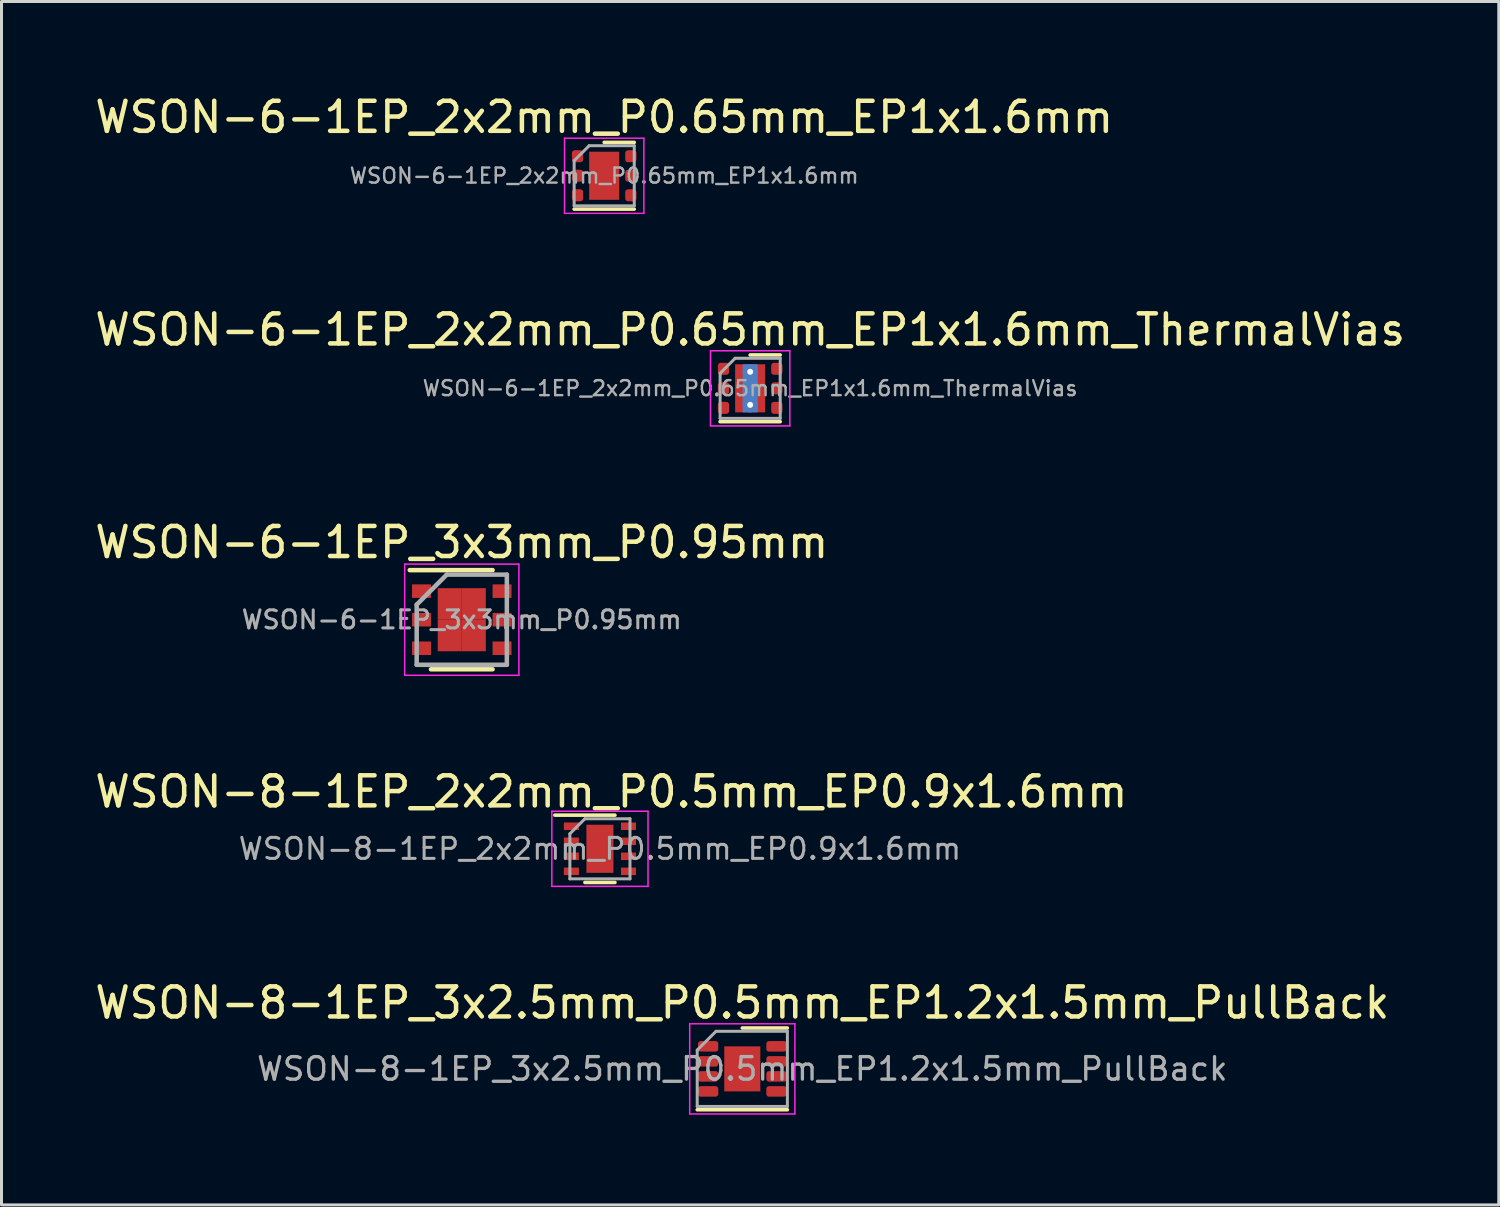
<source format=kicad_pcb>
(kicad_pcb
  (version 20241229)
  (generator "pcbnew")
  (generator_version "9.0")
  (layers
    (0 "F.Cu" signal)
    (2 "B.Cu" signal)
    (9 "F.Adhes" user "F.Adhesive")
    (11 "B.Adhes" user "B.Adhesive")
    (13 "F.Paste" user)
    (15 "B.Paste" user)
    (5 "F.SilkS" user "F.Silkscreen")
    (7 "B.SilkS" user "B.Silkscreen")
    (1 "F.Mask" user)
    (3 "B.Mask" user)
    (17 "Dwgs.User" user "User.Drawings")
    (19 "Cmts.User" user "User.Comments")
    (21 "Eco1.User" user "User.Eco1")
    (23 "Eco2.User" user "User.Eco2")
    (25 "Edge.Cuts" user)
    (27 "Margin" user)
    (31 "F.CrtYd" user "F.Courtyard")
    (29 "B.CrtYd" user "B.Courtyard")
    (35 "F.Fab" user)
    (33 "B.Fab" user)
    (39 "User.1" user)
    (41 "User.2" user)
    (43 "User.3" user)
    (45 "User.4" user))
  (footprint "WSON-8-1EP_2x2mm_P0.5mm_EP0.9x1.6mm"
    (layer "F.Cu")
    (at 16.912 25.193)
    (property "Reference" "WSON-8-1EP_2x2mm_P0.5mm_EP0.9x1.6mm" (at 0.38 -1.9 0) (layer "F.SilkS") (effects (font (size 1 1) (thickness 0.15))))
    (attr smd)
    (fp_line (start -1.5 -1.12) (end 0.5 -1.12) (stroke (width 0.12) (type solid)) (layer "F.SilkS"))
    (fp_line (start 0.5 1.12) (end -0.5 1.12) (stroke (width 0.12) (type solid)) (layer "F.SilkS"))
    (fp_line (start -1.6 -1.25) (end -1.6 1.25) (stroke (width 0.05) (type solid)) (layer "F.CrtYd"))
    (fp_line (start -1.6 -1.25) (end 1.6 -1.25) (stroke (width 0.05) (type solid)) (layer "F.CrtYd"))
    (fp_line (start -1.6 1.25) (end 1.6 1.25) (stroke (width 0.05) (type solid)) (layer "F.CrtYd"))
    (fp_line (start 1.6 -1.25) (end 1.6 1.25) (stroke (width 0.05) (type solid)) (layer "F.CrtYd"))
    (fp_line (start -1 1) (end -1 -0.5) (stroke (width 0.1) (type solid)) (layer "F.Fab"))
    (fp_line (start -0.5 -1) (end -1 -0.5) (stroke (width 0.1) (type solid)) (layer "F.Fab"))
    (fp_line (start -0.5 -1) (end 1 -1) (stroke (width 0.1) (type solid)) (layer "F.Fab"))
    (fp_line (start 1 -1) (end 1 1) (stroke (width 0.1) (type solid)) (layer "F.Fab"))
    (fp_line (start 1 1) (end -1 1) (stroke (width 0.1) (type solid)) (layer "F.Fab"))
    (fp_text user "${REFERENCE}" (at 0 0 0) (layer "F.Fab") (effects (font (size 0.7 0.7) (thickness 0.1))))
    (pad "" smd rect (at 0 -0.4) (size 0.75 0.65) (layers "F.Paste"))
    (pad "" smd rect (at 0 0.4) (size 0.75 0.65) (layers "F.Paste"))
    (pad "1" smd rect (at -0.95 -0.75) (size 0.5 0.25) (layers "F.Cu" "F.Mask" "F.Paste"))
    (pad "2" smd rect (at -0.95 -0.25) (size 0.5 0.25) (layers "F.Cu" "F.Mask" "F.Paste"))
    (pad "3" smd rect (at -0.95 0.25) (size 0.5 0.25) (layers "F.Cu" "F.Mask" "F.Paste"))
    (pad "4" smd rect (at -0.95 0.75) (size 0.5 0.25) (layers "F.Cu" "F.Mask" "F.Paste"))
    (pad "5" smd rect (at 0.95 0.75) (size 0.5 0.25) (layers "F.Cu" "F.Mask" "F.Paste"))
    (pad "6" smd rect (at 0.95 0.25) (size 0.5 0.25) (layers "F.Cu" "F.Mask" "F.Paste"))
    (pad "7" smd rect (at 0.95 -0.25) (size 0.5 0.25) (layers "F.Cu" "F.Mask" "F.Paste"))
    (pad "8" smd rect (at 0.95 -0.75) (size 0.5 0.25) (layers "F.Cu" "F.Mask" "F.Paste"))
    (pad "9" smd rect (at 0 0) (size 0.9 1.6) (layers "F.Cu" "F.Mask")))
  (footprint "WSON-8-1EP_3x2.5mm_P0.5mm_EP1.2x1.5mm_PullBack"
    (layer "F.Cu")
    (at 21.649 32.516)
    (property "Reference" "WSON-8-1EP_3x2.5mm_P0.5mm_EP1.2x1.5mm_PullBack" (at 0 -2.2 0) (layer "F.SilkS") (effects (font (size 1 1) (thickness 0.15))))
    (attr smd)
    (fp_line (start -1.5 1.36) (end 1.5 1.36) (stroke (width 0.12) (type solid)) (layer "F.SilkS"))
    (fp_line (start 0 -1.36) (end 1.5 -1.36) (stroke (width 0.12) (type solid)) (layer "F.SilkS"))
    (fp_line (start -1.75 -1.5) (end -1.75 1.5) (stroke (width 0.05) (type solid)) (layer "F.CrtYd"))
    (fp_line (start -1.75 1.5) (end 1.75 1.5) (stroke (width 0.05) (type solid)) (layer "F.CrtYd"))
    (fp_line (start 1.75 -1.5) (end -1.75 -1.5) (stroke (width 0.05) (type solid)) (layer "F.CrtYd"))
    (fp_line (start 1.75 1.5) (end 1.75 -1.5) (stroke (width 0.05) (type solid)) (layer "F.CrtYd"))
    (fp_line (start -1.5 -0.625) (end -0.875 -1.25) (stroke (width 0.1) (type solid)) (layer "F.Fab"))
    (fp_line (start -1.5 1.25) (end -1.5 -0.625) (stroke (width 0.1) (type solid)) (layer "F.Fab"))
    (fp_line (start -0.875 -1.25) (end 1.5 -1.25) (stroke (width 0.1) (type solid)) (layer "F.Fab"))
    (fp_line (start 1.5 -1.25) (end 1.5 1.25) (stroke (width 0.1) (type solid)) (layer "F.Fab"))
    (fp_line (start 1.5 1.25) (end -1.5 1.25) (stroke (width 0.1) (type solid)) (layer "F.Fab"))
    (fp_text user "${REFERENCE}" (at 0 0 0) (layer "F.Fab") (effects (font (size 0.75 0.75) (thickness 0.11))))
    (pad "" smd roundrect (at -0.3 -0.375) (size 0.48 0.6) (layers "F.Paste") (roundrect_rratio 0.25))
    (pad "" smd roundrect (at -0.3 0.375) (size 0.48 0.6) (layers "F.Paste") (roundrect_rratio 0.25))
    (pad "" smd roundrect (at 0.3 -0.375) (size 0.48 0.6) (layers "F.Paste") (roundrect_rratio 0.25))
    (pad "" smd roundrect (at 0.3 0.375) (size 0.48 0.6) (layers "F.Paste") (roundrect_rratio 0.25))
    (pad "1" smd roundrect (at -1.137 -0.75) (size 0.675 0.35) (layers "F.Cu" "F.Mask" "F.Paste") (roundrect_rratio 0.25))
    (pad "2" smd roundrect (at -1.137 -0.25) (size 0.675 0.35) (layers "F.Cu" "F.Mask" "F.Paste") (roundrect_rratio 0.25))
    (pad "3" smd roundrect (at -1.137 0.25) (size 0.675 0.35) (layers "F.Cu" "F.Mask" "F.Paste") (roundrect_rratio 0.25))
    (pad "4" smd roundrect (at -1.137 0.75) (size 0.675 0.35) (layers "F.Cu" "F.Mask" "F.Paste") (roundrect_rratio 0.25))
    (pad "5" smd roundrect (at 1.137 0.75) (size 0.675 0.35) (layers "F.Cu" "F.Mask" "F.Paste") (roundrect_rratio 0.25))
    (pad "6" smd roundrect (at 1.137 0.25) (size 0.675 0.35) (layers "F.Cu" "F.Mask" "F.Paste") (roundrect_rratio 0.25))
    (pad "7" smd roundrect (at 1.137 -0.25) (size 0.675 0.35) (layers "F.Cu" "F.Mask" "F.Paste") (roundrect_rratio 0.25))
    (pad "8" smd roundrect (at 1.137 -0.75) (size 0.675 0.35) (layers "F.Cu" "F.Mask" "F.Paste") (roundrect_rratio 0.25))
    (pad "9" smd rect (at 0 0) (size 1.2 1.5) (layers "F.Cu" "F.Mask")))
  (footprint "WSON-6-1EP_2x2mm_P0.65mm_EP1x1.6mm"
    (layer "F.Cu")
    (at 17.054 2.798)
    (property "Reference" "WSON-6-1EP_2x2mm_P0.65mm_EP1x1.6mm" (at 0 -1.95 0) (layer "F.SilkS") (effects (font (size 1 1) (thickness 0.15))))
    (attr smd)
    (fp_line (start -1 1.11) (end 1 1.11) (stroke (width 0.12) (type solid)) (layer "F.SilkS"))
    (fp_line (start 0 -1.11) (end 1 -1.11) (stroke (width 0.12) (type solid)) (layer "F.SilkS"))
    (fp_line (start -1.32 -1.25) (end -1.32 1.25) (stroke (width 0.05) (type solid)) (layer "F.CrtYd"))
    (fp_line (start -1.32 1.25) (end 1.32 1.25) (stroke (width 0.05) (type solid)) (layer "F.CrtYd"))
    (fp_line (start 1.32 -1.25) (end -1.32 -1.25) (stroke (width 0.05) (type solid)) (layer "F.CrtYd"))
    (fp_line (start 1.32 1.25) (end 1.32 -1.25) (stroke (width 0.05) (type solid)) (layer "F.CrtYd"))
    (fp_line (start -1 -0.5) (end -0.5 -1) (stroke (width 0.1) (type solid)) (layer "F.Fab"))
    (fp_line (start -1 1) (end -1 -0.5) (stroke (width 0.1) (type solid)) (layer "F.Fab"))
    (fp_line (start -0.5 -1) (end 1 -1) (stroke (width 0.1) (type solid)) (layer "F.Fab"))
    (fp_line (start 1 -1) (end 1 1) (stroke (width 0.1) (type solid)) (layer "F.Fab"))
    (fp_line (start 1 1) (end -1 1) (stroke (width 0.1) (type solid)) (layer "F.Fab"))
    (fp_text user "${REFERENCE}" (at 0 0 0) (layer "F.Fab") (effects (font (size 0.5 0.5) (thickness 0.08))))
    (pad "" smd roundrect (at 0 -0.4) (size 0.81 0.64) (layers "F.Paste") (roundrect_rratio 0.25))
    (pad "" smd roundrect (at 0 0.4) (size 0.81 0.64) (layers "F.Paste") (roundrect_rratio 0.25))
    (pad "1" smd roundrect (at -0.887 -0.65) (size 0.375 0.4) (layers "F.Cu" "F.Mask" "F.Paste") (roundrect_rratio 0.25))
    (pad "2" smd roundrect (at -0.887 0) (size 0.375 0.4) (layers "F.Cu" "F.Mask" "F.Paste") (roundrect_rratio 0.25))
    (pad "3" smd roundrect (at -0.887 0.65) (size 0.375 0.4) (layers "F.Cu" "F.Mask" "F.Paste") (roundrect_rratio 0.25))
    (pad "4" smd roundrect (at 0.887 0.65) (size 0.375 0.4) (layers "F.Cu" "F.Mask" "F.Paste") (roundrect_rratio 0.25))
    (pad "5" smd roundrect (at 0.887 0) (size 0.375 0.4) (layers "F.Cu" "F.Mask" "F.Paste") (roundrect_rratio 0.25))
    (pad "6" smd roundrect (at 0.887 -0.65) (size 0.375 0.4) (layers "F.Cu" "F.Mask" "F.Paste") (roundrect_rratio 0.25))
    (pad "7" smd rect (at 0 0) (size 1 1.6) (layers "F.Cu" "F.Mask")))
  (footprint "WSON-6-1EP_2x2mm_P0.65mm_EP1x1.6mm_ThermalVias"
    (layer "F.Cu")
    (at 21.911 9.871)
    (property "Reference" "WSON-6-1EP_2x2mm_P0.65mm_EP1x1.6mm_ThermalVias" (at 0 -1.95 0) (layer "F.SilkS") (effects (font (size 1 1) (thickness 0.15))))
    (attr smd)
    (fp_line (start -1 1.11) (end 1 1.11) (stroke (width 0.12) (type solid)) (layer "F.SilkS"))
    (fp_line (start 0 -1.11) (end 1 -1.11) (stroke (width 0.12) (type solid)) (layer "F.SilkS"))
    (fp_line (start -1.32 -1.25) (end -1.32 1.25) (stroke (width 0.05) (type solid)) (layer "F.CrtYd"))
    (fp_line (start -1.32 1.25) (end 1.32 1.25) (stroke (width 0.05) (type solid)) (layer "F.CrtYd"))
    (fp_line (start 1.32 -1.25) (end -1.32 -1.25) (stroke (width 0.05) (type solid)) (layer "F.CrtYd"))
    (fp_line (start 1.32 1.25) (end 1.32 -1.25) (stroke (width 0.05) (type solid)) (layer "F.CrtYd"))
    (fp_line (start -1 -0.5) (end -0.5 -1) (stroke (width 0.1) (type solid)) (layer "F.Fab"))
    (fp_line (start -1 1) (end -1 -0.5) (stroke (width 0.1) (type solid)) (layer "F.Fab"))
    (fp_line (start -0.5 -1) (end 1 -1) (stroke (width 0.1) (type solid)) (layer "F.Fab"))
    (fp_line (start 1 -1) (end 1 1) (stroke (width 0.1) (type solid)) (layer "F.Fab"))
    (fp_line (start 1 1) (end -1 1) (stroke (width 0.1) (type solid)) (layer "F.Fab"))
    (fp_text user "${REFERENCE}" (at 0 0 0) (layer "F.Fab") (effects (font (size 0.5 0.5) (thickness 0.08))))
    (pad "" smd roundrect (at 0 -0.4) (size 0.87 0.69) (layers "F.Paste") (roundrect_rratio 0.25))
    (pad "" smd roundrect (at 0 0.4) (size 0.87 0.69) (layers "F.Paste") (roundrect_rratio 0.25))
    (pad "1" smd roundrect (at -0.887 -0.65) (size 0.375 0.4) (layers "F.Cu" "F.Mask" "F.Paste") (roundrect_rratio 0.25))
    (pad "2" smd roundrect (at -0.887 0) (size 0.375 0.4) (layers "F.Cu" "F.Mask" "F.Paste") (roundrect_rratio 0.25))
    (pad "3" smd roundrect (at -0.887 0.65) (size 0.375 0.4) (layers "F.Cu" "F.Mask" "F.Paste") (roundrect_rratio 0.25))
    (pad "4" smd roundrect (at 0.887 0.65) (size 0.375 0.4) (layers "F.Cu" "F.Mask" "F.Paste") (roundrect_rratio 0.25))
    (pad "5" smd roundrect (at 0.887 0) (size 0.375 0.4) (layers "F.Cu" "F.Mask" "F.Paste") (roundrect_rratio 0.25))
    (pad "6" smd roundrect (at 0.887 -0.65) (size 0.375 0.4) (layers "F.Cu" "F.Mask" "F.Paste") (roundrect_rratio 0.25))
    (pad "7" thru_hole circle (at 0 -0.55) (size 0.5 0.5) (drill 0.2) (layers "*.Cu"))
    (pad "7" smd rect (at 0 0) (size 0.5 1.6) (layers "B.Cu"))
    (pad "7" smd rect (at 0 0) (size 1 1.6) (layers "F.Cu" "F.Mask"))
    (pad "7" thru_hole circle (at 0 0.55) (size 0.5 0.5) (drill 0.2) (layers "*.Cu")))
  (footprint "WSON-6-1EP_3x3mm_P0.95mm"
    (layer "F.Cu")
    (at 12.315 17.57)
    (property "Reference" "WSON-6-1EP_3x3mm_P0.95mm" (at 0 -2.575 0) (layer "F.SilkS") (effects (font (size 1 1) (thickness 0.15))))
    (attr smd)
    (fp_line (start -1.73 -1.65) (end 1.025 -1.65) (stroke (width 0.15) (type solid)) (layer "F.SilkS"))
    (fp_line (start -1.025 1.65) (end 1.025 1.65) (stroke (width 0.15) (type solid)) (layer "F.SilkS"))
    (fp_line (start -1.9 -1.85) (end -1.9 1.85) (stroke (width 0.05) (type solid)) (layer "F.CrtYd"))
    (fp_line (start -1.9 -1.85) (end 1.9 -1.85) (stroke (width 0.05) (type solid)) (layer "F.CrtYd"))
    (fp_line (start -1.9 1.85) (end 1.9 1.85) (stroke (width 0.05) (type solid)) (layer "F.CrtYd"))
    (fp_line (start 1.9 -1.85) (end 1.9 1.85) (stroke (width 0.05) (type solid)) (layer "F.CrtYd"))
    (fp_line (start -1.5 -0.5) (end -0.5 -1.5) (stroke (width 0.15) (type solid)) (layer "F.Fab"))
    (fp_line (start -1.5 1.5) (end -1.5 -0.5) (stroke (width 0.15) (type solid)) (layer "F.Fab"))
    (fp_line (start -0.5 -1.5) (end 1.5 -1.5) (stroke (width 0.15) (type solid)) (layer "F.Fab"))
    (fp_line (start 1.5 -1.5) (end 1.5 1.5) (stroke (width 0.15) (type solid)) (layer "F.Fab"))
    (fp_line (start 1.5 1.5) (end -1.5 1.5) (stroke (width 0.15) (type solid)) (layer "F.Fab"))
    (fp_text user "${REFERENCE}" (at 0 0 0) (layer "F.Fab") (effects (font (size 0.6 0.6) (thickness 0.1))))
    (pad "1" smd rect (at -1.34 -0.95) (size 0.63 0.45) (layers "F.Cu" "F.Mask" "F.Paste"))
    (pad "2" smd rect (at -1.34 0) (size 0.63 0.45) (layers "F.Cu" "F.Mask" "F.Paste"))
    (pad "3" smd rect (at -1.34 0.95) (size 0.63 0.45) (layers "F.Cu" "F.Mask" "F.Paste"))
    (pad "4" smd rect (at 1.34 0.95) (size 0.63 0.45) (layers "F.Cu" "F.Mask" "F.Paste"))
    (pad "5" smd rect (at 1.34 0) (size 0.63 0.45) (layers "F.Cu" "F.Mask" "F.Paste"))
    (pad "6" smd rect (at 1.34 -0.95) (size 0.63 0.45) (layers "F.Cu" "F.Mask" "F.Paste"))
    (pad "7" smd rect (at -0.4 -0.525) (size 0.8 1.05) (layers "F.Cu" "F.Mask" "F.Paste"))
    (pad "7" smd rect (at -0.4 0.525) (size 0.8 1.05) (layers "F.Cu" "F.Mask" "F.Paste"))
    (pad "7" smd rect (at 0.4 -0.525) (size 0.8 1.05) (layers "F.Cu" "F.Mask" "F.Paste"))
    (pad "7" smd rect (at 0.4 0.525) (size 0.8 1.05) (layers "F.Cu" "F.Mask" "F.Paste")))
  (gr_rect
    (start -3 -3)
    (end 46.821 37.041)
    (stroke (width 0.1) (type default))
    (fill no)
    (layer "Edge.Cuts")))
</source>
